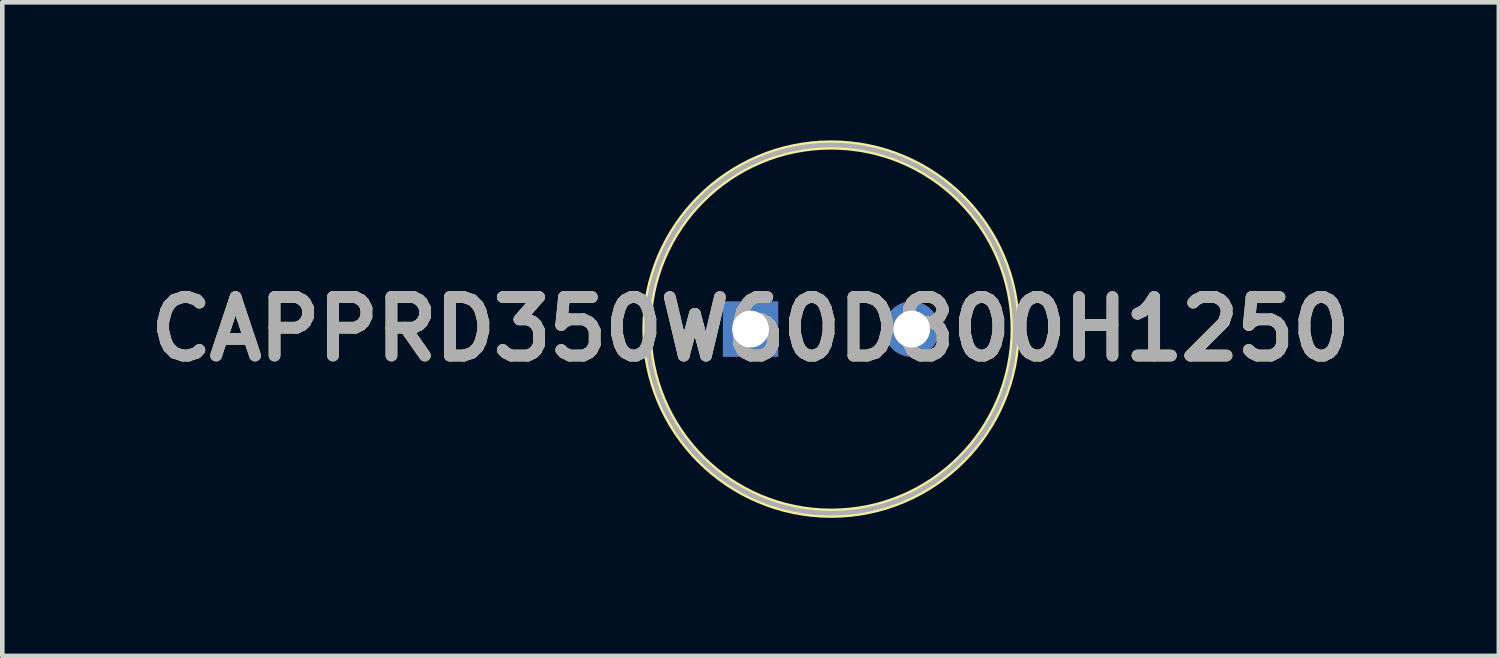
<source format=kicad_pcb>
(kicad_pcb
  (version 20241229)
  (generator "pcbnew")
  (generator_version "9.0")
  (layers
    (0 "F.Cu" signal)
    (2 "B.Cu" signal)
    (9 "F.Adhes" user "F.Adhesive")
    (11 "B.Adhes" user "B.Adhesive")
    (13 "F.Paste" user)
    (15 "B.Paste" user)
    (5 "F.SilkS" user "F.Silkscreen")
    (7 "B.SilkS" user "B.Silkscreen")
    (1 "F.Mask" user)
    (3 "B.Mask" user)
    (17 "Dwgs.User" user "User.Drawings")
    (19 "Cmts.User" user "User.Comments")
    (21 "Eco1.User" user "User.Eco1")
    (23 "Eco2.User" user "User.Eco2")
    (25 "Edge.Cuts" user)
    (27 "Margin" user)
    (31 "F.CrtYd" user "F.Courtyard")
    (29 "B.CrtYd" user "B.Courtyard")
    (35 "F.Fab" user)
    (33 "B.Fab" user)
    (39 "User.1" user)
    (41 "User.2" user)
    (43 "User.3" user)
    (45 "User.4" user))
  (footprint "CAPPRD350W60D800H1250"
    (layer "F.Cu")
    (at 13.256 4.1)
    (property "Reference" "CAPPRD350W60D800H1250" (at 0 0 0) (layer "F.SilkS") (effects (font (size 1.27 1.27) (thickness 0.254))))
    (attr through_hole)
    (fp_circle (center 1.75 0) (end 1.75 4) (stroke (width 0.2) (type solid)) (fill no) (layer "F.SilkS"))
    (fp_circle (center 1.75 0) (end 1.75 4) (stroke (width 0.1) (type solid)) (fill no) (layer "F.Fab"))
    (fp_text user "${REFERENCE}" (at 0 0 0) (layer "F.Fab") (effects (font (size 1.27 1.27) (thickness 0.254))))
    (pad "1" thru_hole rect (at 0 0) (size 1.2 1.2) (drill 0.8) (layers "*.Cu" "*.Mask"))
    (pad "2" thru_hole circle (at 3.5 0) (size 1.2 1.2) (drill 0.8) (layers "*.Cu" "*.Mask")))
  (gr_rect
    (start -3 -3)
    (end 29.513 11.2)
    (stroke (width 0.1) (type default))
    (fill no)
    (layer "Edge.Cuts")))
</source>
